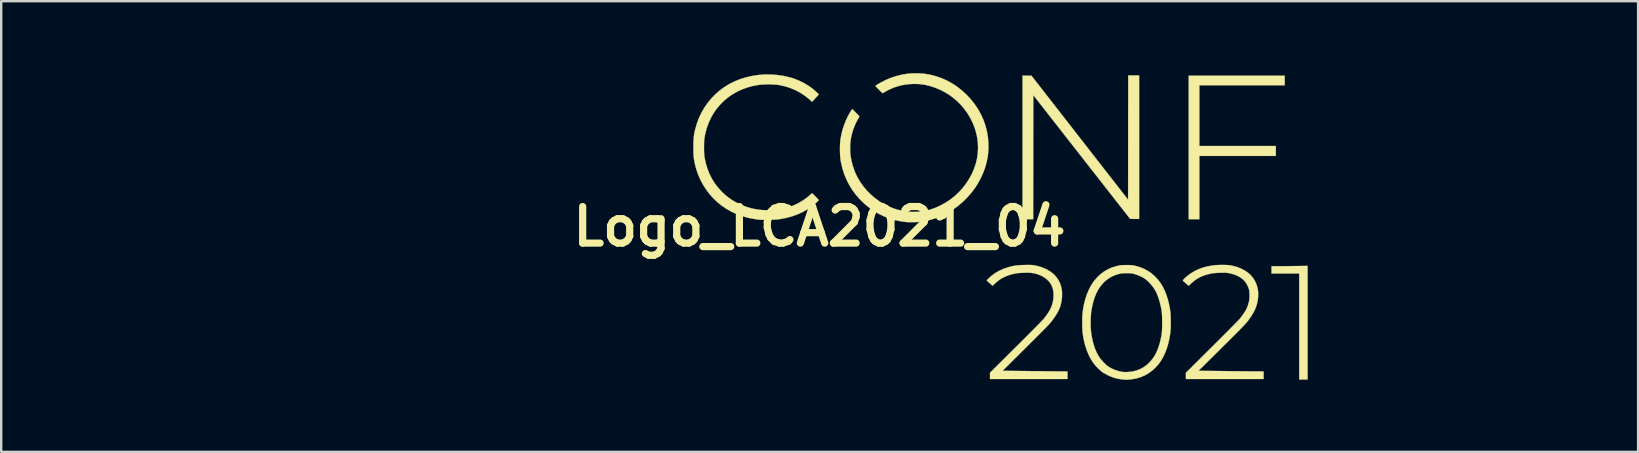
<source format=kicad_pcb>
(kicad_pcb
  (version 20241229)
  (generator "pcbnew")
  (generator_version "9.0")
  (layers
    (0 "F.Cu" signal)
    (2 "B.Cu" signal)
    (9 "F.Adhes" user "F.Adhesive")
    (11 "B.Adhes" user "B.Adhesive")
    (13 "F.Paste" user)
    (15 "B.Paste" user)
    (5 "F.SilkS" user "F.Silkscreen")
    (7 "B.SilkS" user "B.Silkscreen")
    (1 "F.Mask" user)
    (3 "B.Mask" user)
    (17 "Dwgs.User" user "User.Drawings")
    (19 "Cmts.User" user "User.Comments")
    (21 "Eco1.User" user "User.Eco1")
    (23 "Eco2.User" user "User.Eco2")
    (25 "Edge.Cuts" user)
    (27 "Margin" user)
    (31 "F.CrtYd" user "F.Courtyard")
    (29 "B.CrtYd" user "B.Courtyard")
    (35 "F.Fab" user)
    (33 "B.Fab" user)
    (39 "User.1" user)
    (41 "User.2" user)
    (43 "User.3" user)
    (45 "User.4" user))
  (footprint "Logo_LCA2021_04"
    (layer "F.Cu")
    (at 31.101 6.391)
    (property "Reference" "Logo_LCA2021_04" (at 0 0 0) (layer "F.SilkS") (effects (font (size 1.524 1.524) (thickness 0.3))))
    (attr through_hole)
    (fp_poly (pts (xy -25.654 -0.318) (xy -26.099 -0.318) (xy -26.099 -6.3) (xy -25.654 -6.3) (xy -25.654 -0.318)) (stroke (width 0.01) (type solid)) (fill yes) (layer "F.Mask"))
    (fp_poly (pts (xy -5.05 6.374) (xy -5.41 6.374) (xy -5.41 1.641) (xy -5.05 1.641) (xy -5.05 6.374)) (stroke (width 0.01) (type solid)) (fill yes) (layer "F.Mask"))
    (fp_poly (pts (xy -30.652 -0.709) (xy -27.211 -0.709) (xy -27.211 -0.307) (xy -31.096 -0.307) (xy -31.096 -6.3) (xy -30.652 -6.3) (xy -30.652 -0.709)) (stroke (width 0.01) (type solid)) (fill yes) (layer "F.Mask"))
    (fp_poly (pts (xy -9 6.035) (xy -6.289 6.035) (xy -6.289 6.353) (xy -9.338 6.353) (xy -9.338 1.641) (xy -9 1.641) (xy -9 6.035)) (stroke (width 0.01) (type solid)) (fill yes) (layer "F.Mask"))
    (fp_poly (pts (xy -14.501 1.646) (xy -12.912 3.675) (xy -11.324 5.703) (xy -11.321 3.672) (xy -11.318 1.641) (xy -10.969 1.641) (xy -10.969 6.374) (xy -11.264 6.374) (xy -14.458 2.286) (xy -14.463 6.374) (xy -14.812 6.374) (xy -14.812 1.641) (xy -14.501 1.646)) (stroke (width 0.01) (type solid)) (fill yes) (layer "F.Mask"))
    (fp_poly (pts (xy 0.069 5.709) (xy 0.074 1.641) (xy 0.413 1.641) (xy 0.413 6.374) (xy 0.109 6.374) (xy -1.478 4.333) (xy -3.065 2.293) (xy -3.068 4.333) (xy -3.07 6.374) (xy -3.43 6.374) (xy -3.43 1.641) (xy -3.117 1.641) (xy 0.069 5.709)) (stroke (width 0.01) (type solid)) (fill yes) (layer "F.Mask"))
    (fp_poly (pts (xy -18.709 -0.318) (xy -19.078 -0.318) (xy -23.129 -5.474) (xy -23.132 -2.89) (xy -23.134 -0.307) (xy -23.589 -0.307) (xy -23.589 -6.289) (xy -23.21 -6.289) (xy -21.179 -3.699) (xy -19.148 -1.108) (xy -19.145 -3.704) (xy -19.143 -6.3) (xy -18.709 -6.3) (xy -18.709 -0.318)) (stroke (width 0.01) (type solid)) (fill yes) (layer "F.Mask"))
    (fp_poly (pts (xy 5.209 1.948) (xy 2.403 1.948) (xy 2.403 3.79) (xy 4.902 3.79) (xy 4.902 4.108) (xy 2.403 4.108) (xy 2.403 6.021) (xy 3.317 6.028) (xy 3.47 6.029) (xy 3.63 6.03) (xy 3.793 6.031) (xy 3.955 6.032) (xy 4.115 6.033) (xy 4.268 6.034) (xy 4.413 6.034) (xy 4.545 6.035) (xy 4.662 6.035) (xy 4.762 6.035) (xy 4.767 6.035) (xy 5.304 6.035) (xy 5.304 6.353) (xy 2.043 6.353) (xy 2.043 1.641) (xy 5.209 1.641) (xy 5.209 1.948)) (stroke (width 0.01) (type solid)) (fill yes) (layer "F.Mask"))
    (fp_poly (pts (xy 26.769 -4.407) (xy 26.769 -4.169) (xy 26.77 -3.95) (xy 26.77 -3.751) (xy 26.77 -3.57) (xy 26.771 -3.406) (xy 26.771 -3.258) (xy 26.772 -3.125) (xy 26.773 -3.006) (xy 26.774 -2.9) (xy 26.775 -2.807) (xy 26.776 -2.724) (xy 26.778 -2.65) (xy 26.779 -2.586) (xy 26.782 -2.53) (xy 26.784 -2.481) (xy 26.787 -2.437) (xy 26.791 -2.398) (xy 26.794 -2.363) (xy 26.799 -2.331) (xy 26.803 -2.3) (xy 26.809 -2.271) (xy 26.814 -2.24) (xy 26.821 -2.209) (xy 26.828 -2.175) (xy 26.835 -2.139) (xy 26.875 -1.977) (xy 26.925 -1.821) (xy 26.984 -1.673) (xy 27.052 -1.537) (xy 27.127 -1.413) (xy 27.208 -1.304) (xy 27.293 -1.214) (xy 27.327 -1.185) (xy 27.492 -1.062) (xy 27.67 -0.955) (xy 27.857 -0.865) (xy 28.052 -0.793) (xy 28.253 -0.74) (xy 28.458 -0.705) (xy 28.665 -0.69) (xy 28.871 -0.694) (xy 28.927 -0.699) (xy 29.143 -0.732) (xy 29.352 -0.785) (xy 29.555 -0.857) (xy 29.75 -0.949) (xy 29.935 -1.059) (xy 30.068 -1.154) (xy 30.178 -1.252) (xy 30.277 -1.369) (xy 30.366 -1.502) (xy 30.443 -1.653) (xy 30.509 -1.82) (xy 30.564 -2.004) (xy 30.607 -2.203) (xy 30.638 -2.417) (xy 30.651 -2.551) (xy 30.653 -2.583) (xy 30.654 -2.635) (xy 30.655 -2.708) (xy 30.657 -2.802) (xy 30.658 -2.915) (xy 30.659 -3.047) (xy 30.66 -3.199) (xy 30.66 -3.369) (xy 30.661 -3.558) (xy 30.661 -3.765) (xy 30.662 -3.989) (xy 30.662 -4.231) (xy 30.662 -4.491) (xy 30.662 -6.3) (xy 31.107 -6.3) (xy 31.107 -4.464) (xy 31.107 -4.224) (xy 31.107 -4.004) (xy 31.107 -3.803) (xy 31.106 -3.62) (xy 31.106 -3.454) (xy 31.106 -3.304) (xy 31.105 -3.169) (xy 31.104 -3.048) (xy 31.104 -2.94) (xy 31.102 -2.843) (xy 31.101 -2.758) (xy 31.1 -2.682) (xy 31.098 -2.615) (xy 31.096 -2.556) (xy 31.093 -2.503) (xy 31.091 -2.456) (xy 31.088 -2.414) (xy 31.084 -2.375) (xy 31.08 -2.338) (xy 31.076 -2.304) (xy 31.071 -2.269) (xy 31.066 -2.234) (xy 31.063 -2.213) (xy 31.025 -2.011) (xy 30.975 -1.816) (xy 30.912 -1.631) (xy 30.838 -1.457) (xy 30.754 -1.295) (xy 30.66 -1.148) (xy 30.558 -1.017) (xy 30.447 -0.903) (xy 30.39 -0.855) (xy 30.212 -0.724) (xy 30.019 -0.607) (xy 29.816 -0.506) (xy 29.604 -0.422) (xy 29.388 -0.355) (xy 29.17 -0.308) (xy 29.167 -0.308) (xy 28.94 -0.279) (xy 28.717 -0.268) (xy 28.503 -0.276) (xy 28.268 -0.305) (xy 28.037 -0.353) (xy 27.812 -0.421) (xy 27.594 -0.508) (xy 27.385 -0.613) (xy 27.186 -0.735) (xy 27.039 -0.842) (xy 26.946 -0.926) (xy 26.854 -1.028) (xy 26.766 -1.145) (xy 26.683 -1.275) (xy 26.607 -1.414) (xy 26.54 -1.56) (xy 26.491 -1.689) (xy 26.451 -1.815) (xy 26.414 -1.954) (xy 26.384 -2.094) (xy 26.369 -2.173) (xy 26.363 -2.208) (xy 26.358 -2.242) (xy 26.353 -2.274) (xy 26.349 -2.307) (xy 26.345 -2.342) (xy 26.341 -2.379) (xy 26.338 -2.42) (xy 26.335 -2.465) (xy 26.333 -2.515) (xy 26.331 -2.573) (xy 26.329 -2.638) (xy 26.327 -2.711) (xy 26.326 -2.794) (xy 26.325 -2.888) (xy 26.324 -2.993) (xy 26.323 -3.112) (xy 26.323 -3.244) (xy 26.322 -3.39) (xy 26.322 -3.553) (xy 26.322 -3.732) (xy 26.321 -3.93) (xy 26.321 -4.146) (xy 26.321 -4.382) (xy 26.321 -4.444) (xy 26.321 -6.3) (xy 26.765 -6.3) (xy 26.769 -4.407)) (stroke (width 0.01) (type solid)) (fill yes) (layer "F.Mask"))
    (fp_poly (pts (xy -18.353 1.616) (xy -18.279 1.618) (xy -18.217 1.62) (xy -18.161 1.624) (xy -18.108 1.63) (xy -18.052 1.638) (xy -18.047 1.639) (xy -17.814 1.685) (xy -17.593 1.748) (xy -17.383 1.828) (xy -17.186 1.924) (xy -17.002 2.036) (xy -16.832 2.164) (xy -16.675 2.308) (xy -16.532 2.467) (xy -16.404 2.641) (xy -16.291 2.83) (xy -16.247 2.917) (xy -16.163 3.107) (xy -16.097 3.293) (xy -16.049 3.482) (xy -16.016 3.678) (xy -15.999 3.866) (xy -15.996 4.09) (xy -16.012 4.309) (xy -16.046 4.524) (xy -16.098 4.733) (xy -16.168 4.934) (xy -16.255 5.127) (xy -16.358 5.309) (xy -16.477 5.479) (xy -16.611 5.635) (xy -16.687 5.712) (xy -16.851 5.853) (xy -17.03 5.98) (xy -17.221 6.09) (xy -17.423 6.184) (xy -17.635 6.262) (xy -17.855 6.322) (xy -18.082 6.364) (xy -18.163 6.374) (xy -18.203 6.377) (xy -18.258 6.379) (xy -18.326 6.381) (xy -18.399 6.382) (xy -18.475 6.383) (xy -18.548 6.382) (xy -18.613 6.381) (xy -18.666 6.379) (xy -18.698 6.377) (xy -18.93 6.344) (xy -19.153 6.293) (xy -19.366 6.224) (xy -19.568 6.139) (xy -19.76 6.037) (xy -19.939 5.92) (xy -20.105 5.788) (xy -20.258 5.642) (xy -20.396 5.483) (xy -20.519 5.31) (xy -20.625 5.125) (xy -20.715 4.928) (xy -20.766 4.787) (xy -20.815 4.623) (xy -20.851 4.466) (xy -20.875 4.31) (xy -20.888 4.146) (xy -20.889 4.077) (xy -20.537 4.077) (xy -20.519 4.285) (xy -20.481 4.491) (xy -20.423 4.693) (xy -20.346 4.89) (xy -20.328 4.929) (xy -20.236 5.097) (xy -20.126 5.257) (xy -20 5.406) (xy -19.858 5.544) (xy -19.704 5.667) (xy -19.571 5.755) (xy -19.433 5.829) (xy -19.279 5.897) (xy -19.115 5.954) (xy -18.948 6) (xy -18.782 6.033) (xy -18.74 6.039) (xy -18.667 6.047) (xy -18.58 6.052) (xy -18.486 6.054) (xy -18.39 6.054) (xy -18.301 6.052) (xy -18.224 6.047) (xy -18.206 6.045) (xy -18.029 6.018) (xy -17.851 5.976) (xy -17.677 5.92) (xy -17.511 5.853) (xy -17.357 5.776) (xy -17.269 5.722) (xy -17.102 5.602) (xy -16.951 5.468) (xy -16.815 5.319) (xy -16.695 5.157) (xy -16.592 4.983) (xy -16.506 4.797) (xy -16.465 4.682) (xy -16.41 4.488) (xy -16.374 4.287) (xy -16.357 4.083) (xy -16.358 3.878) (xy -16.378 3.676) (xy -16.417 3.483) (xy -16.476 3.283) (xy -16.55 3.097) (xy -16.64 2.924) (xy -16.747 2.762) (xy -16.871 2.61) (xy -16.986 2.492) (xy -17.115 2.379) (xy -17.248 2.281) (xy -17.392 2.196) (xy -17.427 2.177) (xy -17.625 2.088) (xy -17.827 2.018) (xy -18.034 1.969) (xy -18.244 1.94) (xy -18.455 1.931) (xy -18.667 1.942) (xy -18.879 1.974) (xy -19.088 2.026) (xy -19.294 2.099) (xy -19.338 2.117) (xy -19.519 2.206) (xy -19.688 2.311) (xy -19.845 2.433) (xy -19.989 2.569) (xy -20.117 2.719) (xy -20.23 2.881) (xy -20.325 3.054) (xy -20.327 3.06) (xy -20.409 3.255) (xy -20.471 3.456) (xy -20.513 3.661) (xy -20.535 3.869) (xy -20.537 4.077) (xy -20.889 4.077) (xy -20.891 3.997) (xy -20.885 3.807) (xy -20.867 3.629) (xy -20.836 3.456) (xy -20.791 3.284) (xy -20.767 3.209) (xy -20.686 3) (xy -20.589 2.804) (xy -20.476 2.62) (xy -20.347 2.45) (xy -20.203 2.295) (xy -20.045 2.153) (xy -19.872 2.027) (xy -19.687 1.916) (xy -19.488 1.821) (xy -19.278 1.743) (xy -19.056 1.681) (xy -18.841 1.639) (xy -18.784 1.631) (xy -18.731 1.625) (xy -18.676 1.621) (xy -18.614 1.618) (xy -18.541 1.617) (xy -18.452 1.616) (xy -18.444 1.616) (xy -18.353 1.616)) (stroke (width 0.01) (type solid)) (fill yes) (layer "F.Mask"))
    (fp_poly (pts (xy -16.239 -4.407) (xy -16.238 -4.169) (xy -16.238 -3.95) (xy -16.238 -3.751) (xy -16.237 -3.57) (xy -16.237 -3.406) (xy -16.236 -3.258) (xy -16.236 -3.125) (xy -16.235 -3.006) (xy -16.234 -2.9) (xy -16.233 -2.806) (xy -16.231 -2.723) (xy -16.23 -2.65) (xy -16.228 -2.585) (xy -16.226 -2.529) (xy -16.223 -2.48) (xy -16.22 -2.436) (xy -16.217 -2.397) (xy -16.213 -2.362) (xy -16.209 -2.33) (xy -16.204 -2.3) (xy -16.199 -2.27) (xy -16.193 -2.24) (xy -16.186 -2.209) (xy -16.179 -2.175) (xy -16.172 -2.139) (xy -16.124 -1.944) (xy -16.062 -1.763) (xy -15.988 -1.596) (xy -15.902 -1.444) (xy -15.803 -1.308) (xy -15.694 -1.189) (xy -15.635 -1.137) (xy -15.472 -1.013) (xy -15.299 -0.909) (xy -15.118 -0.823) (xy -14.928 -0.757) (xy -14.769 -0.718) (xy -14.735 -0.711) (xy -14.704 -0.706) (xy -14.672 -0.702) (xy -14.638 -0.699) (xy -14.597 -0.697) (xy -14.548 -0.695) (xy -14.487 -0.694) (xy -14.411 -0.694) (xy -14.318 -0.694) (xy -14.283 -0.694) (xy -14.184 -0.694) (xy -14.103 -0.694) (xy -14.038 -0.695) (xy -13.985 -0.696) (xy -13.943 -0.698) (xy -13.908 -0.701) (xy -13.877 -0.705) (xy -13.848 -0.71) (xy -13.818 -0.716) (xy -13.807 -0.718) (xy -13.629 -0.766) (xy -13.455 -0.829) (xy -13.288 -0.906) (xy -13.135 -0.995) (xy -13.076 -1.035) (xy -12.941 -1.142) (xy -12.821 -1.262) (xy -12.714 -1.397) (xy -12.621 -1.545) (xy -12.542 -1.708) (xy -12.476 -1.886) (xy -12.422 -2.079) (xy -12.382 -2.289) (xy -12.354 -2.515) (xy -12.346 -2.631) (xy -12.344 -2.664) (xy -12.343 -2.718) (xy -12.342 -2.791) (xy -12.34 -2.883) (xy -12.339 -2.993) (xy -12.338 -3.12) (xy -12.338 -3.264) (xy -12.337 -3.423) (xy -12.336 -3.597) (xy -12.336 -3.785) (xy -12.335 -3.986) (xy -12.335 -4.199) (xy -12.335 -4.424) (xy -12.335 -4.55) (xy -12.335 -6.3) (xy -11.889 -6.3) (xy -11.893 -4.402) (xy -11.894 -4.163) (xy -11.894 -3.945) (xy -11.895 -3.745) (xy -11.895 -3.564) (xy -11.895 -3.4) (xy -11.896 -3.251) (xy -11.897 -3.118) (xy -11.897 -2.999) (xy -11.898 -2.893) (xy -11.899 -2.799) (xy -11.901 -2.716) (xy -11.902 -2.642) (xy -11.904 -2.578) (xy -11.906 -2.521) (xy -11.908 -2.471) (xy -11.911 -2.428) (xy -11.914 -2.388) (xy -11.917 -2.353) (xy -11.921 -2.32) (xy -11.925 -2.29) (xy -11.929 -2.259) (xy -11.934 -2.229) (xy -11.94 -2.197) (xy -11.946 -2.163) (xy -11.948 -2.149) (xy -11.994 -1.932) (xy -12.054 -1.729) (xy -12.129 -1.534) (xy -12.188 -1.408) (xy -12.253 -1.288) (xy -12.317 -1.183) (xy -12.386 -1.088) (xy -12.463 -0.996) (xy -12.531 -0.926) (xy -12.686 -0.784) (xy -12.856 -0.658) (xy -13.038 -0.548) (xy -13.231 -0.454) (xy -13.433 -0.378) (xy -13.644 -0.32) (xy -13.796 -0.291) (xy -13.84 -0.286) (xy -13.901 -0.281) (xy -13.976 -0.277) (xy -14.061 -0.274) (xy -14.154 -0.271) (xy -14.25 -0.269) (xy -14.346 -0.268) (xy -14.438 -0.268) (xy -14.522 -0.269) (xy -14.596 -0.271) (xy -14.655 -0.274) (xy -14.685 -0.276) (xy -14.885 -0.308) (xy -15.086 -0.358) (xy -15.283 -0.424) (xy -15.471 -0.506) (xy -15.618 -0.585) (xy -15.784 -0.692) (xy -15.935 -0.809) (xy -16.07 -0.938) (xy -16.192 -1.078) (xy -16.299 -1.231) (xy -16.393 -1.397) (xy -16.474 -1.578) (xy -16.542 -1.774) (xy -16.599 -1.987) (xy -16.645 -2.216) (xy -16.661 -2.324) (xy -16.664 -2.341) (xy -16.666 -2.36) (xy -16.668 -2.382) (xy -16.669 -2.407) (xy -16.671 -2.438) (xy -16.672 -2.474) (xy -16.674 -2.517) (xy -16.675 -2.567) (xy -16.676 -2.626) (xy -16.677 -2.695) (xy -16.678 -2.774) (xy -16.679 -2.865) (xy -16.679 -2.968) (xy -16.68 -3.084) (xy -16.68 -3.215) (xy -16.681 -3.361) (xy -16.681 -3.524) (xy -16.682 -3.704) (xy -16.682 -3.902) (xy -16.683 -4.119) (xy -16.683 -4.356) (xy -16.683 -4.375) (xy -16.687 -6.3) (xy -16.242 -6.3) (xy -16.239 -4.407)) (stroke (width 0.01) (type solid)) (fill yes) (layer "F.Mask"))
    (fp_poly (pts (xy 22.582 -6.267) (xy 22.622 -6.267) (xy 22.65 -6.265) (xy 22.667 -6.262) (xy 22.677 -6.257) (xy 22.683 -6.251) (xy 22.687 -6.244) (xy 22.7 -6.215) (xy 22.722 -6.169) (xy 22.751 -6.106) (xy 22.787 -6.027) (xy 22.83 -5.934) (xy 22.88 -5.827) (xy 22.935 -5.707) (xy 22.996 -5.574) (xy 23.062 -5.431) (xy 23.133 -5.278) (xy 23.208 -5.115) (xy 23.287 -4.943) (xy 23.37 -4.764) (xy 23.455 -4.579) (xy 23.544 -4.388) (xy 23.634 -4.191) (xy 23.726 -3.991) (xy 23.82 -3.788) (xy 23.915 -3.582) (xy 24.01 -3.376) (xy 24.105 -3.168) (xy 24.201 -2.962) (xy 24.295 -2.756) (xy 24.389 -2.554) (xy 24.481 -2.354) (xy 24.571 -2.158) (xy 24.659 -1.967) (xy 24.744 -1.783) (xy 24.826 -1.605) (xy 24.904 -1.434) (xy 24.979 -1.272) (xy 25.049 -1.12) (xy 25.114 -0.978) (xy 25.174 -0.847) (xy 25.229 -0.729) (xy 25.277 -0.623) (xy 25.319 -0.532) (xy 25.354 -0.455) (xy 25.382 -0.394) (xy 25.403 -0.35) (xy 25.415 -0.323) (xy 25.418 -0.315) (xy 25.419 -0.309) (xy 25.415 -0.304) (xy 25.404 -0.301) (xy 25.384 -0.299) (xy 25.352 -0.298) (xy 25.306 -0.298) (xy 25.243 -0.298) (xy 25.182 -0.299) (xy 24.94 -0.302) (xy 24.177 -1.979) (xy 20.719 -1.975) (xy 20.342 -1.136) (xy 19.964 -0.296) (xy 19.722 -0.296) (xy 19.637 -0.297) (xy 19.57 -0.298) (xy 19.521 -0.3) (xy 19.492 -0.303) (xy 19.483 -0.307) (xy 19.488 -0.317) (xy 19.501 -0.346) (xy 19.522 -0.393) (xy 19.552 -0.456) (xy 19.588 -0.536) (xy 19.632 -0.632) (xy 19.683 -0.742) (xy 19.74 -0.866) (xy 19.804 -1.004) (xy 19.873 -1.154) (xy 19.948 -1.317) (xy 20.027 -1.49) (xy 20.112 -1.674) (xy 20.201 -1.867) (xy 20.294 -2.07) (xy 20.391 -2.28) (xy 20.434 -2.373) (xy 20.906 -2.373) (xy 20.916 -2.373) (xy 20.947 -2.372) (xy 20.997 -2.372) (xy 21.064 -2.371) (xy 21.148 -2.37) (xy 21.246 -2.369) (xy 21.359 -2.368) (xy 21.485 -2.368) (xy 21.622 -2.367) (xy 21.77 -2.366) (xy 21.927 -2.365) (xy 22.092 -2.364) (xy 22.264 -2.363) (xy 22.416 -2.362) (xy 22.594 -2.361) (xy 22.766 -2.36) (xy 22.932 -2.359) (xy 23.089 -2.358) (xy 23.238 -2.357) (xy 23.376 -2.357) (xy 23.503 -2.356) (xy 23.617 -2.355) (xy 23.717 -2.354) (xy 23.802 -2.354) (xy 23.87 -2.353) (xy 23.921 -2.353) (xy 23.953 -2.352) (xy 23.963 -2.352) (xy 23.991 -2.353) (xy 24.001 -2.361) (xy 24.001 -2.365) (xy 23.996 -2.376) (xy 23.983 -2.405) (xy 23.962 -2.452) (xy 23.934 -2.515) (xy 23.899 -2.593) (xy 23.857 -2.686) (xy 23.809 -2.792) (xy 23.756 -2.911) (xy 23.697 -3.041) (xy 23.633 -3.181) (xy 23.566 -3.331) (xy 23.494 -3.489) (xy 23.419 -3.655) (xy 23.341 -3.828) (xy 23.26 -4.005) (xy 23.224 -4.085) (xy 23.122 -4.311) (xy 23.026 -4.522) (xy 22.937 -4.718) (xy 22.854 -4.899) (xy 22.779 -5.064) (xy 22.711 -5.212) (xy 22.65 -5.345) (xy 22.597 -5.46) (xy 22.551 -5.558) (xy 22.513 -5.639) (xy 22.483 -5.701) (xy 22.461 -5.746) (xy 22.448 -5.771) (xy 22.443 -5.778) (xy 22.437 -5.767) (xy 22.423 -5.737) (xy 22.402 -5.69) (xy 22.373 -5.628) (xy 22.338 -5.552) (xy 22.297 -5.462) (xy 22.251 -5.36) (xy 22.2 -5.247) (xy 22.145 -5.125) (xy 22.085 -4.994) (xy 22.023 -4.856) (xy 21.958 -4.712) (xy 21.89 -4.563) (xy 21.821 -4.41) (xy 21.751 -4.255) (xy 21.68 -4.098) (xy 21.609 -3.941) (xy 21.539 -3.785) (xy 21.47 -3.631) (xy 21.402 -3.481) (xy 21.336 -3.335) (xy 21.273 -3.196) (xy 21.214 -3.063) (xy 21.157 -2.938) (xy 21.106 -2.822) (xy 21.058 -2.717) (xy 21.017 -2.624) (xy 20.981 -2.544) (xy 20.951 -2.477) (xy 20.929 -2.426) (xy 20.913 -2.392) (xy 20.906 -2.375) (xy 20.906 -2.373) (xy 20.434 -2.373) (xy 20.492 -2.498) (xy 20.595 -2.723) (xy 20.702 -2.954) (xy 20.81 -3.19) (xy 20.858 -3.293) (xy 22.229 -6.268) (xy 22.452 -6.268) (xy 22.526 -6.268) (xy 22.582 -6.267)) (stroke (width 0.01) (type solid)) (fill yes) (layer "F.Mask"))
    (fp_poly (pts (xy -9.201 -5.024) (xy -9.093 -4.878) (xy -8.989 -4.736) (xy -8.888 -4.601) (xy -8.792 -4.472) (xy -8.702 -4.35) (xy -8.617 -4.236) (xy -8.54 -4.132) (xy -8.47 -4.039) (xy -8.409 -3.956) (xy -8.356 -3.886) (xy -8.313 -3.828) (xy -8.281 -3.785) (xy -8.26 -3.757) (xy -8.25 -3.744) (xy -8.249 -3.744) (xy -8.242 -3.752) (xy -8.224 -3.776) (xy -8.193 -3.815) (xy -8.153 -3.868) (xy -8.103 -3.935) (xy -8.043 -4.014) (xy -7.975 -4.105) (xy -7.9 -4.206) (xy -7.817 -4.317) (xy -7.728 -4.436) (xy -7.633 -4.563) (xy -7.533 -4.697) (xy -7.43 -4.837) (xy -7.322 -4.983) (xy -7.295 -5.019) (xy -6.347 -6.299) (xy -6.1 -6.299) (xy -6.019 -6.299) (xy -5.957 -6.299) (xy -5.912 -6.297) (xy -5.881 -6.295) (xy -5.864 -6.292) (xy -5.857 -6.288) (xy -5.857 -6.286) (xy -5.863 -6.276) (xy -5.882 -6.25) (xy -5.912 -6.209) (xy -5.952 -6.154) (xy -6.003 -6.085) (xy -6.062 -6.003) (xy -6.131 -5.91) (xy -6.207 -5.806) (xy -6.291 -5.692) (xy -6.382 -5.569) (xy -6.478 -5.438) (xy -6.58 -5.299) (xy -6.687 -5.155) (xy -6.798 -5.005) (xy -6.912 -4.85) (xy -6.917 -4.844) (xy -7.031 -4.689) (xy -7.142 -4.539) (xy -7.249 -4.394) (xy -7.351 -4.255) (xy -7.447 -4.124) (xy -7.538 -4.001) (xy -7.622 -3.887) (xy -7.698 -3.783) (xy -7.767 -3.689) (xy -7.826 -3.607) (xy -7.877 -3.538) (xy -7.917 -3.482) (xy -7.947 -3.441) (xy -7.966 -3.414) (xy -7.972 -3.404) (xy -7.972 -3.404) (xy -7.966 -3.394) (xy -7.948 -3.369) (xy -7.918 -3.328) (xy -7.877 -3.273) (xy -7.827 -3.204) (xy -7.767 -3.122) (xy -7.698 -3.029) (xy -7.621 -2.924) (xy -7.536 -2.81) (xy -7.444 -2.686) (xy -7.346 -2.553) (xy -7.242 -2.413) (xy -7.133 -2.266) (xy -7.02 -2.114) (xy -6.903 -1.956) (xy -6.828 -1.856) (xy -6.709 -1.695) (xy -6.593 -1.539) (xy -6.482 -1.389) (xy -6.375 -1.245) (xy -6.273 -1.108) (xy -6.178 -0.979) (xy -6.088 -0.859) (xy -6.007 -0.748) (xy -5.932 -0.648) (xy -5.867 -0.559) (xy -5.81 -0.483) (xy -5.764 -0.42) (xy -5.727 -0.37) (xy -5.702 -0.335) (xy -5.688 -0.316) (xy -5.686 -0.313) (xy -5.696 -0.311) (xy -5.724 -0.31) (xy -5.768 -0.309) (xy -5.825 -0.308) (xy -5.891 -0.307) (xy -5.948 -0.307) (xy -6.21 -0.307) (xy -7.231 -1.683) (xy -7.344 -1.835) (xy -7.453 -1.982) (xy -7.558 -2.123) (xy -7.659 -2.258) (xy -7.754 -2.386) (xy -7.843 -2.505) (xy -7.925 -2.615) (xy -8 -2.715) (xy -8.067 -2.804) (xy -8.125 -2.881) (xy -8.173 -2.946) (xy -8.212 -2.997) (xy -8.24 -3.033) (xy -8.256 -3.054) (xy -8.26 -3.06) (xy -8.267 -3.051) (xy -8.286 -3.027) (xy -8.316 -2.987) (xy -8.357 -2.933) (xy -8.408 -2.866) (xy -8.468 -2.786) (xy -8.536 -2.694) (xy -8.613 -2.592) (xy -8.696 -2.479) (xy -8.786 -2.358) (xy -8.883 -2.229) (xy -8.984 -2.092) (xy -9.09 -1.95) (xy -9.2 -1.801) (xy -9.287 -1.683) (xy -10.307 -0.307) (xy -10.57 -0.307) (xy -10.642 -0.307) (xy -10.706 -0.308) (xy -10.76 -0.31) (xy -10.8 -0.312) (xy -10.824 -0.314) (xy -10.829 -0.316) (xy -10.823 -0.325) (xy -10.804 -0.351) (xy -10.774 -0.391) (xy -10.733 -0.447) (xy -10.683 -0.515) (xy -10.622 -0.597) (xy -10.553 -0.69) (xy -10.475 -0.794) (xy -10.39 -0.909) (xy -10.298 -1.032) (xy -10.2 -1.164) (xy -10.096 -1.304) (xy -9.987 -1.451) (xy -9.873 -1.603) (xy -9.756 -1.761) (xy -9.682 -1.859) (xy -9.563 -2.019) (xy -9.447 -2.174) (xy -9.336 -2.325) (xy -9.229 -2.469) (xy -9.127 -2.605) (xy -9.031 -2.734) (xy -8.942 -2.854) (xy -8.86 -2.965) (xy -8.787 -3.065) (xy -8.721 -3.153) (xy -8.665 -3.23) (xy -8.618 -3.293) (xy -8.582 -3.343) (xy -8.557 -3.377) (xy -8.544 -3.396) (xy -8.541 -3.4) (xy -8.548 -3.409) (xy -8.566 -3.435) (xy -8.596 -3.475) (xy -8.636 -3.53) (xy -8.686 -3.599) (xy -8.746 -3.68) (xy -8.814 -3.773) (xy -8.89 -3.876) (xy -8.974 -3.99) (xy -9.064 -4.113) (xy -9.16 -4.244) (xy -9.262 -4.382) (xy -9.368 -4.526) (xy -9.479 -4.676) (xy -9.593 -4.831) (xy -9.598 -4.838) (xy -9.712 -4.993) (xy -9.823 -5.143) (xy -9.93 -5.288) (xy -10.032 -5.427) (xy -10.128 -5.559) (xy -10.219 -5.682) (xy -10.303 -5.797) (xy -10.38 -5.902) (xy -10.449 -5.996) (xy -10.509 -6.078) (xy -10.56 -6.148) (xy -10.601 -6.204) (xy -10.631 -6.246) (xy -10.651 -6.273) (xy -10.658 -6.284) (xy -10.658 -6.284) (xy -10.658 -6.289) (xy -10.651 -6.293) (xy -10.636 -6.295) (xy -10.61 -6.297) (xy -10.571 -6.299) (xy -10.516 -6.299) (xy -10.444 -6.3) (xy -10.405 -6.3) (xy -10.147 -6.3) (xy -9.201 -5.024)) (stroke (width 0.01) (type solid)) (fill yes) (layer "F.Mask"))
    (fp_poly (pts (xy 19.386 -5.887) (xy 15.829 -5.887) (xy 15.829 -3.356) (xy 19.016 -3.356) (xy 19.016 -2.943) (xy 15.829 -2.943) (xy 15.829 -0.307) (xy 15.384 -0.307) (xy 15.384 -6.289) (xy 19.386 -6.289) (xy 19.386 -5.887)) (stroke (width 0.01) (type solid)) (fill yes) (layer "F.SilkS"))
    (fp_poly (pts (xy 20.339 6.374) (xy 19.99 6.374) (xy 19.99 1.959) (xy 18.836 1.959) (xy 18.836 1.652) (xy 19.125 1.652) (xy 19.202 1.652) (xy 19.296 1.651) (xy 19.402 1.65) (xy 19.516 1.649) (xy 19.634 1.648) (xy 19.751 1.646) (xy 19.863 1.645) (xy 19.877 1.645) (xy 20.339 1.638) (xy 20.339 6.374)) (stroke (width 0.01) (type solid)) (fill yes) (layer "F.SilkS"))
    (fp_poly (pts (xy 13.319 -0.318) (xy 13.131 -0.318) (xy 12.944 -0.319) (xy 10.927 -2.897) (xy 8.91 -5.475) (xy 8.907 -2.891) (xy 8.904 -0.307) (xy 8.46 -0.307) (xy 8.46 -6.29) (xy 8.647 -6.287) (xy 8.834 -6.284) (xy 10.846 -3.702) (xy 12.859 -1.119) (xy 12.861 -3.71) (xy 12.864 -6.3) (xy 13.319 -6.3) (xy 13.319 -0.318)) (stroke (width 0.01) (type solid)) (fill yes) (layer "F.SilkS"))
    (fp_poly (pts (xy 16.874 1.6) (xy 16.962 1.602) (xy 17.04 1.607) (xy 17.102 1.613) (xy 17.11 1.614) (xy 17.264 1.646) (xy 17.414 1.69) (xy 17.559 1.747) (xy 17.693 1.815) (xy 17.815 1.892) (xy 17.921 1.977) (xy 17.957 2.012) (xy 18.055 2.126) (xy 18.137 2.253) (xy 18.201 2.39) (xy 18.248 2.534) (xy 18.275 2.684) (xy 18.283 2.838) (xy 18.281 2.896) (xy 18.265 3.047) (xy 18.238 3.19) (xy 18.199 3.328) (xy 18.145 3.463) (xy 18.076 3.598) (xy 17.991 3.737) (xy 17.889 3.883) (xy 17.882 3.893) (xy 17.86 3.92) (xy 17.839 3.948) (xy 17.816 3.976) (xy 17.791 4.005) (xy 17.764 4.037) (xy 17.732 4.072) (xy 17.696 4.111) (xy 17.654 4.156) (xy 17.606 4.206) (xy 17.55 4.263) (xy 17.487 4.328) (xy 17.414 4.401) (xy 17.332 4.483) (xy 17.239 4.576) (xy 17.134 4.68) (xy 17.018 4.796) (xy 16.888 4.925) (xy 16.744 5.068) (xy 16.714 5.098) (xy 15.795 6.009) (xy 16.265 6.015) (xy 16.352 6.016) (xy 16.458 6.017) (xy 16.58 6.019) (xy 16.714 6.02) (xy 16.857 6.022) (xy 17.008 6.024) (xy 17.163 6.025) (xy 17.319 6.027) (xy 17.473 6.028) (xy 17.621 6.03) (xy 18.507 6.038) (xy 18.507 6.353) (xy 15.268 6.353) (xy 15.268 6.092) (xy 16.353 5.014) (xy 16.512 4.856) (xy 16.661 4.707) (xy 16.8 4.568) (xy 16.929 4.44) (xy 17.047 4.322) (xy 17.152 4.215) (xy 17.246 4.12) (xy 17.328 4.037) (xy 17.396 3.967) (xy 17.451 3.909) (xy 17.492 3.866) (xy 17.518 3.837) (xy 17.525 3.829) (xy 17.582 3.755) (xy 17.639 3.676) (xy 17.694 3.596) (xy 17.742 3.52) (xy 17.78 3.454) (xy 17.793 3.43) (xy 17.821 3.365) (xy 17.85 3.287) (xy 17.876 3.204) (xy 17.896 3.123) (xy 17.905 3.081) (xy 17.913 3.018) (xy 17.917 2.944) (xy 17.919 2.865) (xy 17.917 2.787) (xy 17.913 2.715) (xy 17.905 2.656) (xy 17.9 2.631) (xy 17.87 2.54) (xy 17.827 2.445) (xy 17.775 2.355) (xy 17.726 2.286) (xy 17.649 2.205) (xy 17.554 2.132) (xy 17.444 2.068) (xy 17.322 2.014) (xy 17.191 1.97) (xy 17.053 1.94) (xy 16.961 1.927) (xy 16.907 1.924) (xy 16.837 1.923) (xy 16.756 1.924) (xy 16.669 1.926) (xy 16.581 1.93) (xy 16.498 1.936) (xy 16.424 1.942) (xy 16.365 1.95) (xy 16.353 1.952) (xy 16.176 1.991) (xy 16.016 2.04) (xy 15.87 2.101) (xy 15.735 2.175) (xy 15.609 2.264) (xy 15.489 2.369) (xy 15.489 2.369) (xy 15.384 2.469) (xy 15.277 2.376) (xy 15.236 2.34) (xy 15.2 2.308) (xy 15.172 2.284) (xy 15.155 2.27) (xy 15.154 2.269) (xy 15.145 2.256) (xy 15.147 2.238) (xy 15.161 2.214) (xy 15.19 2.182) (xy 15.233 2.141) (xy 15.273 2.104) (xy 15.427 1.981) (xy 15.593 1.875) (xy 15.771 1.786) (xy 15.962 1.714) (xy 16.165 1.659) (xy 16.381 1.621) (xy 16.428 1.615) (xy 16.501 1.608) (xy 16.588 1.603) (xy 16.681 1.6) (xy 16.778 1.599) (xy 16.874 1.6)) (stroke (width 0.01) (type solid)) (fill yes) (layer "F.SilkS"))
    (fp_poly (pts (xy 8.771 1.6) (xy 8.818 1.601) (xy 8.858 1.604) (xy 8.897 1.608) (xy 8.936 1.614) (xy 8.967 1.619) (xy 9.116 1.651) (xy 9.263 1.697) (xy 9.403 1.754) (xy 9.534 1.822) (xy 9.652 1.897) (xy 9.754 1.98) (xy 9.796 2.021) (xy 9.897 2.14) (xy 9.978 2.267) (xy 10.039 2.403) (xy 10.081 2.547) (xy 10.104 2.7) (xy 10.108 2.758) (xy 10.106 2.943) (xy 10.083 3.124) (xy 10.039 3.302) (xy 10 3.415) (xy 9.966 3.492) (xy 9.919 3.579) (xy 9.862 3.675) (xy 9.796 3.775) (xy 9.725 3.875) (xy 9.651 3.973) (xy 9.575 4.064) (xy 9.554 4.088) (xy 9.537 4.106) (xy 9.506 4.138) (xy 9.462 4.182) (xy 9.407 4.239) (xy 9.34 4.306) (xy 9.263 4.383) (xy 9.177 4.469) (xy 9.084 4.563) (xy 8.983 4.664) (xy 8.876 4.77) (xy 8.764 4.882) (xy 8.648 4.997) (xy 8.556 5.089) (xy 7.631 6.009) (xy 8.101 6.015) (xy 8.189 6.016) (xy 8.295 6.017) (xy 8.417 6.019) (xy 8.551 6.02) (xy 8.695 6.022) (xy 8.846 6.024) (xy 9 6.025) (xy 9.156 6.027) (xy 9.31 6.028) (xy 9.452 6.03) (xy 10.334 6.038) (xy 10.334 6.353) (xy 7.104 6.353) (xy 7.104 6.09) (xy 8.179 5.022) (xy 8.307 4.896) (xy 8.431 4.772) (xy 8.551 4.652) (xy 8.667 4.536) (xy 8.776 4.427) (xy 8.878 4.324) (xy 8.973 4.229) (xy 9.059 4.142) (xy 9.135 4.065) (xy 9.2 3.998) (xy 9.254 3.942) (xy 9.296 3.899) (xy 9.324 3.869) (xy 9.336 3.856) (xy 9.444 3.717) (xy 9.534 3.586) (xy 9.608 3.459) (xy 9.665 3.334) (xy 9.707 3.21) (xy 9.735 3.083) (xy 9.749 2.951) (xy 9.752 2.859) (xy 9.748 2.741) (xy 9.733 2.638) (xy 9.707 2.543) (xy 9.668 2.451) (xy 9.635 2.391) (xy 9.563 2.291) (xy 9.473 2.2) (xy 9.368 2.12) (xy 9.249 2.053) (xy 9.117 1.998) (xy 8.974 1.956) (xy 8.822 1.93) (xy 8.802 1.928) (xy 8.745 1.924) (xy 8.673 1.922) (xy 8.589 1.923) (xy 8.499 1.926) (xy 8.409 1.93) (xy 8.322 1.936) (xy 8.245 1.944) (xy 8.182 1.952) (xy 8.179 1.953) (xy 8.021 1.988) (xy 7.867 2.034) (xy 7.724 2.092) (xy 7.594 2.158) (xy 7.578 2.167) (xy 7.525 2.202) (xy 7.464 2.246) (xy 7.402 2.295) (xy 7.342 2.345) (xy 7.292 2.391) (xy 7.261 2.423) (xy 7.238 2.447) (xy 7.222 2.463) (xy 7.216 2.467) (xy 7.207 2.46) (xy 7.186 2.443) (xy 7.155 2.417) (xy 7.119 2.385) (xy 7.08 2.351) (xy 7.042 2.317) (xy 7.008 2.287) (xy 6.982 2.263) (xy 6.978 2.259) (xy 6.972 2.25) (xy 6.974 2.238) (xy 6.988 2.22) (xy 7.014 2.191) (xy 7.02 2.185) (xy 7.163 2.054) (xy 7.318 1.94) (xy 7.486 1.842) (xy 7.667 1.76) (xy 7.861 1.695) (xy 7.902 1.683) (xy 7.992 1.661) (xy 8.072 1.643) (xy 8.149 1.629) (xy 8.227 1.618) (xy 8.31 1.611) (xy 8.403 1.606) (xy 8.511 1.602) (xy 8.555 1.602) (xy 8.643 1.6) (xy 8.714 1.599) (xy 8.771 1.6)) (stroke (width 0.01) (type solid)) (fill yes) (layer "F.SilkS"))
    (fp_poly (pts (xy -2.02 -6.336) (xy -1.759 -6.316) (xy -1.499 -6.277) (xy -1.242 -6.218) (xy -1.149 -6.192) (xy -0.974 -6.131) (xy -0.798 -6.056) (xy -0.627 -5.967) (xy -0.462 -5.868) (xy -0.308 -5.76) (xy -0.169 -5.645) (xy -0.08 -5.56) (xy -0.028 -5.507) (xy -0.069 -5.461) (xy -0.092 -5.436) (xy -0.125 -5.4) (xy -0.164 -5.357) (xy -0.205 -5.313) (xy -0.209 -5.308) (xy -0.309 -5.2) (xy -0.406 -5.286) (xy -0.589 -5.434) (xy -0.781 -5.563) (xy -0.982 -5.673) (xy -1.192 -5.764) (xy -1.411 -5.836) (xy -1.64 -5.889) (xy -1.736 -5.905) (xy -1.8 -5.912) (xy -1.88 -5.918) (xy -1.972 -5.921) (xy -2.072 -5.923) (xy -2.174 -5.923) (xy -2.275 -5.922) (xy -2.369 -5.918) (xy -2.452 -5.913) (xy -2.52 -5.906) (xy -2.526 -5.905) (xy -2.768 -5.861) (xy -3 -5.798) (xy -3.222 -5.718) (xy -3.432 -5.621) (xy -3.63 -5.508) (xy -3.815 -5.379) (xy -3.987 -5.235) (xy -4.145 -5.077) (xy -4.288 -4.906) (xy -4.416 -4.721) (xy -4.528 -4.524) (xy -4.624 -4.315) (xy -4.702 -4.095) (xy -4.763 -3.864) (xy -4.793 -3.704) (xy -4.801 -3.639) (xy -4.807 -3.557) (xy -4.811 -3.464) (xy -4.813 -3.364) (xy -4.813 -3.261) (xy -4.812 -3.16) (xy -4.808 -3.065) (xy -4.803 -2.981) (xy -4.795 -2.912) (xy -4.793 -2.896) (xy -4.743 -2.656) (xy -4.677 -2.428) (xy -4.594 -2.213) (xy -4.493 -2.01) (xy -4.375 -1.817) (xy -4.239 -1.636) (xy -4.098 -1.479) (xy -3.954 -1.34) (xy -3.807 -1.219) (xy -3.653 -1.111) (xy -3.487 -1.014) (xy -3.432 -0.986) (xy -3.233 -0.893) (xy -3.035 -0.818) (xy -2.836 -0.759) (xy -2.632 -0.717) (xy -2.42 -0.691) (xy -2.198 -0.68) (xy -2.022 -0.681) (xy -1.903 -0.686) (xy -1.799 -0.693) (xy -1.703 -0.704) (xy -1.609 -0.72) (xy -1.511 -0.74) (xy -1.446 -0.756) (xy -1.254 -0.814) (xy -1.064 -0.889) (xy -0.879 -0.978) (xy -0.704 -1.08) (xy -0.542 -1.194) (xy -0.395 -1.317) (xy -0.389 -1.323) (xy -0.357 -1.352) (xy -0.33 -1.374) (xy -0.313 -1.386) (xy -0.31 -1.387) (xy -0.299 -1.38) (xy -0.277 -1.36) (xy -0.246 -1.33) (xy -0.21 -1.294) (xy -0.171 -1.255) (xy -0.131 -1.214) (xy -0.095 -1.176) (xy -0.064 -1.143) (xy -0.043 -1.118) (xy -0.032 -1.104) (xy -0.032 -1.102) (xy -0.04 -1.089) (xy -0.061 -1.066) (xy -0.095 -1.034) (xy -0.136 -0.996) (xy -0.184 -0.954) (xy -0.235 -0.912) (xy -0.286 -0.87) (xy -0.328 -0.838) (xy -0.515 -0.71) (xy -0.714 -0.598) (xy -0.927 -0.503) (xy -1.153 -0.423) (xy -1.393 -0.359) (xy -1.647 -0.31) (xy -1.706 -0.301) (xy -1.747 -0.297) (xy -1.805 -0.293) (xy -1.876 -0.289) (xy -1.956 -0.286) (xy -2.042 -0.283) (xy -2.129 -0.28) (xy -2.215 -0.279) (xy -2.295 -0.278) (xy -2.365 -0.278) (xy -2.421 -0.279) (xy -2.461 -0.282) (xy -2.462 -0.282) (xy -2.659 -0.305) (xy -2.842 -0.336) (xy -3.015 -0.374) (xy -3.183 -0.422) (xy -3.351 -0.48) (xy -3.462 -0.523) (xy -3.681 -0.624) (xy -3.89 -0.743) (xy -4.087 -0.878) (xy -4.272 -1.03) (xy -4.444 -1.196) (xy -4.601 -1.375) (xy -4.744 -1.568) (xy -4.872 -1.773) (xy -4.983 -1.988) (xy -5.077 -2.213) (xy -5.153 -2.447) (xy -5.197 -2.626) (xy -5.213 -2.706) (xy -5.227 -2.778) (xy -5.237 -2.847) (xy -5.245 -2.916) (xy -5.25 -2.99) (xy -5.254 -3.071) (xy -5.255 -3.165) (xy -5.256 -3.275) (xy -5.256 -3.309) (xy -5.255 -3.431) (xy -5.253 -3.537) (xy -5.249 -3.63) (xy -5.242 -3.714) (xy -5.233 -3.793) (xy -5.22 -3.871) (xy -5.203 -3.953) (xy -5.183 -4.043) (xy -5.178 -4.061) (xy -5.109 -4.301) (xy -5.021 -4.531) (xy -4.916 -4.753) (xy -4.794 -4.963) (xy -4.655 -5.162) (xy -4.501 -5.348) (xy -4.332 -5.52) (xy -4.15 -5.678) (xy -3.954 -5.821) (xy -3.746 -5.947) (xy -3.533 -6.053) (xy -3.296 -6.148) (xy -3.051 -6.223) (xy -2.799 -6.28) (xy -2.542 -6.318) (xy -2.282 -6.337) (xy -2.02 -6.336)) (stroke (width 0.01) (type solid)) (fill yes) (layer "F.SilkS"))
    (fp_poly (pts (xy 4.102 -6.385) (xy 4.205 -6.381) (xy 4.299 -6.376) (xy 4.366 -6.369) (xy 4.61 -6.328) (xy 4.849 -6.267) (xy 5.082 -6.186) (xy 5.307 -6.086) (xy 5.525 -5.967) (xy 5.734 -5.829) (xy 5.933 -5.673) (xy 6.123 -5.499) (xy 6.302 -5.308) (xy 6.315 -5.293) (xy 6.472 -5.093) (xy 6.611 -4.885) (xy 6.731 -4.668) (xy 6.832 -4.444) (xy 6.913 -4.213) (xy 6.975 -3.977) (xy 7.017 -3.737) (xy 7.039 -3.493) (xy 7.04 -3.247) (xy 7.021 -2.999) (xy 7.002 -2.869) (xy 6.957 -2.652) (xy 6.893 -2.433) (xy 6.81 -2.215) (xy 6.712 -2.001) (xy 6.599 -1.794) (xy 6.472 -1.597) (xy 6.34 -1.422) (xy 6.16 -1.216) (xy 5.972 -1.029) (xy 5.775 -0.861) (xy 5.567 -0.711) (xy 5.35 -0.579) (xy 5.204 -0.503) (xy 4.985 -0.404) (xy 4.77 -0.325) (xy 4.554 -0.263) (xy 4.335 -0.219) (xy 4.163 -0.196) (xy 4.1 -0.19) (xy 4.024 -0.186) (xy 3.94 -0.184) (xy 3.854 -0.182) (xy 3.771 -0.182) (xy 3.697 -0.183) (xy 3.637 -0.187) (xy 3.626 -0.187) (xy 3.378 -0.22) (xy 3.134 -0.272) (xy 2.896 -0.344) (xy 2.666 -0.434) (xy 2.446 -0.542) (xy 2.236 -0.668) (xy 2.086 -0.774) (xy 1.882 -0.941) (xy 1.695 -1.119) (xy 1.527 -1.309) (xy 1.375 -1.511) (xy 1.242 -1.723) (xy 1.128 -1.946) (xy 1.031 -2.179) (xy 0.954 -2.422) (xy 0.895 -2.675) (xy 0.876 -2.779) (xy 0.867 -2.856) (xy 0.859 -2.95) (xy 0.854 -3.054) (xy 0.851 -3.165) (xy 0.851 -3.277) (xy 0.853 -3.386) (xy 0.858 -3.486) (xy 0.865 -3.575) (xy 0.872 -3.632) (xy 0.91 -3.836) (xy 0.957 -4.027) (xy 1.016 -4.211) (xy 1.088 -4.395) (xy 1.143 -4.517) (xy 1.176 -4.583) (xy 1.211 -4.651) (xy 1.247 -4.716) (xy 1.281 -4.776) (xy 1.312 -4.826) (xy 1.337 -4.862) (xy 1.343 -4.87) (xy 1.365 -4.897) (xy 1.513 -4.749) (xy 1.559 -4.703) (xy 1.599 -4.662) (xy 1.631 -4.629) (xy 1.653 -4.605) (xy 1.662 -4.593) (xy 1.662 -4.593) (xy 1.657 -4.581) (xy 1.644 -4.554) (xy 1.623 -4.518) (xy 1.599 -4.474) (xy 1.598 -4.473) (xy 1.494 -4.272) (xy 1.41 -4.062) (xy 1.345 -3.844) (xy 1.299 -3.617) (xy 1.291 -3.557) (xy 1.285 -3.495) (xy 1.281 -3.418) (xy 1.278 -3.331) (xy 1.278 -3.24) (xy 1.279 -3.151) (xy 1.283 -3.069) (xy 1.288 -3.001) (xy 1.291 -2.975) (xy 1.329 -2.757) (xy 1.385 -2.537) (xy 1.457 -2.325) (xy 1.488 -2.249) (xy 1.58 -2.054) (xy 1.692 -1.865) (xy 1.821 -1.682) (xy 1.966 -1.509) (xy 2.125 -1.347) (xy 2.296 -1.197) (xy 2.477 -1.062) (xy 2.667 -0.944) (xy 2.684 -0.935) (xy 2.869 -0.843) (xy 3.067 -0.763) (xy 3.271 -0.698) (xy 3.477 -0.65) (xy 3.559 -0.636) (xy 3.655 -0.624) (xy 3.763 -0.615) (xy 3.877 -0.611) (xy 3.987 -0.611) (xy 4.079 -0.615) (xy 4.27 -0.634) (xy 4.451 -0.665) (xy 4.626 -0.711) (xy 4.8 -0.772) (xy 4.979 -0.85) (xy 5.015 -0.867) (xy 5.236 -0.986) (xy 5.442 -1.121) (xy 5.635 -1.272) (xy 5.812 -1.438) (xy 5.976 -1.619) (xy 6.124 -1.816) (xy 6.232 -1.984) (xy 6.347 -2.194) (xy 6.44 -2.408) (xy 6.513 -2.625) (xy 6.565 -2.845) (xy 6.596 -3.066) (xy 6.606 -3.289) (xy 6.596 -3.514) (xy 6.564 -3.739) (xy 6.511 -3.964) (xy 6.475 -4.082) (xy 6.39 -4.304) (xy 6.287 -4.518) (xy 6.165 -4.72) (xy 6.026 -4.912) (xy 5.871 -5.091) (xy 5.7 -5.257) (xy 5.514 -5.409) (xy 5.389 -5.497) (xy 5.204 -5.61) (xy 5.008 -5.708) (xy 4.804 -5.792) (xy 4.597 -5.858) (xy 4.391 -5.906) (xy 4.357 -5.912) (xy 4.15 -5.938) (xy 3.94 -5.945) (xy 3.729 -5.935) (xy 3.521 -5.908) (xy 3.319 -5.863) (xy 3.126 -5.802) (xy 3.082 -5.785) (xy 2.929 -5.719) (xy 2.793 -5.65) (xy 2.714 -5.605) (xy 2.678 -5.584) (xy 2.649 -5.568) (xy 2.632 -5.559) (xy 2.629 -5.559) (xy 2.619 -5.566) (xy 2.597 -5.585) (xy 2.566 -5.615) (xy 2.529 -5.651) (xy 2.489 -5.691) (xy 2.447 -5.732) (xy 2.408 -5.772) (xy 2.374 -5.807) (xy 2.348 -5.835) (xy 2.332 -5.853) (xy 2.329 -5.858) (xy 2.338 -5.868) (xy 2.362 -5.886) (xy 2.4 -5.911) (xy 2.446 -5.94) (xy 2.5 -5.973) (xy 2.558 -6.006) (xy 2.57 -6.012) (xy 2.779 -6.117) (xy 2.999 -6.207) (xy 3.227 -6.28) (xy 3.457 -6.335) (xy 3.687 -6.371) (xy 3.711 -6.374) (xy 3.793 -6.38) (xy 3.89 -6.384) (xy 3.995 -6.386) (xy 4.102 -6.385)) (stroke (width 0.01) (type solid)) (fill yes) (layer "F.SilkS"))
    (fp_poly (pts (xy 12.871 1.605) (xy 12.934 1.606) (xy 12.985 1.609) (xy 13.028 1.612) (xy 13.067 1.617) (xy 13.107 1.624) (xy 13.129 1.629) (xy 13.319 1.68) (xy 13.497 1.748) (xy 13.663 1.834) (xy 13.817 1.937) (xy 13.96 2.058) (xy 14.091 2.197) (xy 14.21 2.353) (xy 14.233 2.388) (xy 14.322 2.538) (xy 14.401 2.707) (xy 14.471 2.892) (xy 14.531 3.091) (xy 14.58 3.303) (xy 14.617 3.527) (xy 14.618 3.531) (xy 14.625 3.601) (xy 14.631 3.687) (xy 14.635 3.786) (xy 14.637 3.893) (xy 14.637 4.003) (xy 14.636 4.113) (xy 14.634 4.219) (xy 14.629 4.315) (xy 14.623 4.397) (xy 14.618 4.442) (xy 14.582 4.66) (xy 14.535 4.869) (xy 14.476 5.068) (xy 14.407 5.253) (xy 14.327 5.425) (xy 14.238 5.58) (xy 14.141 5.718) (xy 14.137 5.723) (xy 14.006 5.871) (xy 13.866 6) (xy 13.717 6.11) (xy 13.559 6.201) (xy 13.391 6.274) (xy 13.213 6.327) (xy 13.026 6.362) (xy 12.923 6.373) (xy 12.87 6.377) (xy 12.823 6.381) (xy 12.786 6.383) (xy 12.766 6.383) (xy 12.765 6.383) (xy 12.744 6.381) (xy 12.709 6.379) (xy 12.665 6.375) (xy 12.645 6.373) (xy 12.486 6.352) (xy 12.327 6.316) (xy 12.172 6.265) (xy 12.026 6.202) (xy 11.918 6.143) (xy 11.883 6.122) (xy 11.854 6.107) (xy 11.836 6.099) (xy 11.834 6.099) (xy 11.821 6.092) (xy 11.797 6.076) (xy 11.775 6.059) (xy 11.634 5.937) (xy 11.512 5.811) (xy 11.405 5.677) (xy 11.311 5.532) (xy 11.228 5.374) (xy 11.143 5.174) (xy 11.071 4.96) (xy 11.015 4.735) (xy 10.974 4.503) (xy 10.959 4.374) (xy 10.955 4.32) (xy 10.952 4.249) (xy 10.95 4.166) (xy 10.948 4.074) (xy 10.948 4.05) (xy 11.298 4.05) (xy 11.3 4.16) (xy 11.305 4.259) (xy 11.307 4.289) (xy 11.332 4.502) (xy 11.368 4.705) (xy 11.417 4.898) (xy 11.477 5.078) (xy 11.547 5.243) (xy 11.627 5.392) (xy 11.658 5.441) (xy 11.702 5.502) (xy 11.759 5.571) (xy 11.823 5.642) (xy 11.888 5.709) (xy 11.952 5.769) (xy 12.006 5.813) (xy 12.09 5.868) (xy 12.189 5.921) (xy 12.296 5.968) (xy 12.406 6.006) (xy 12.512 6.034) (xy 12.568 6.045) (xy 12.61 6.051) (xy 12.648 6.057) (xy 12.672 6.061) (xy 12.674 6.061) (xy 12.709 6.064) (xy 12.76 6.064) (xy 12.821 6.062) (xy 12.887 6.057) (xy 12.954 6.051) (xy 13.015 6.044) (xy 13.062 6.036) (xy 13.226 5.992) (xy 13.378 5.931) (xy 13.52 5.851) (xy 13.652 5.753) (xy 13.774 5.636) (xy 13.885 5.501) (xy 13.93 5.437) (xy 13.998 5.322) (xy 14.062 5.19) (xy 14.12 5.041) (xy 14.171 4.879) (xy 14.215 4.706) (xy 14.251 4.524) (xy 14.258 4.479) (xy 14.265 4.422) (xy 14.271 4.347) (xy 14.275 4.26) (xy 14.277 4.162) (xy 14.279 4.059) (xy 14.279 3.954) (xy 14.278 3.85) (xy 14.275 3.752) (xy 14.271 3.664) (xy 14.266 3.588) (xy 14.26 3.53) (xy 14.259 3.528) (xy 14.234 3.383) (xy 14.201 3.236) (xy 14.162 3.092) (xy 14.119 2.955) (xy 14.073 2.832) (xy 14.039 2.756) (xy 13.974 2.635) (xy 13.894 2.515) (xy 13.801 2.399) (xy 13.701 2.293) (xy 13.597 2.203) (xy 13.584 2.193) (xy 13.475 2.122) (xy 13.351 2.059) (xy 13.215 2.006) (xy 13.071 1.964) (xy 13.039 1.957) (xy 12.991 1.95) (xy 12.927 1.945) (xy 12.853 1.943) (xy 12.774 1.943) (xy 12.696 1.945) (xy 12.623 1.949) (xy 12.562 1.956) (xy 12.529 1.962) (xy 12.361 2.008) (xy 12.205 2.072) (xy 12.06 2.154) (xy 11.927 2.254) (xy 11.806 2.37) (xy 11.697 2.502) (xy 11.602 2.651) (xy 11.519 2.815) (xy 11.461 2.965) (xy 11.427 3.072) (xy 11.395 3.192) (xy 11.365 3.318) (xy 11.341 3.441) (xy 11.328 3.515) (xy 11.318 3.602) (xy 11.309 3.704) (xy 11.303 3.816) (xy 11.299 3.934) (xy 11.298 4.05) (xy 10.948 4.05) (xy 10.948 3.98) (xy 10.949 3.886) (xy 10.95 3.798) (xy 10.953 3.72) (xy 10.956 3.656) (xy 10.959 3.63) (xy 10.986 3.419) (xy 11.026 3.214) (xy 11.078 3.015) (xy 11.141 2.827) (xy 11.214 2.649) (xy 11.297 2.486) (xy 11.388 2.339) (xy 11.449 2.257) (xy 11.576 2.11) (xy 11.711 1.983) (xy 11.855 1.875) (xy 12.01 1.784) (xy 12.176 1.71) (xy 12.355 1.653) (xy 12.454 1.629) (xy 12.494 1.62) (xy 12.533 1.614) (xy 12.573 1.61) (xy 12.62 1.607) (xy 12.677 1.606) (xy 12.749 1.605) (xy 12.79 1.605) (xy 12.871 1.605)) (stroke (width 0.01) (type solid)) (fill yes) (layer "F.SilkS")))
  (gr_rect
    (start -3 -3)
    (end 65.213 15.779)
    (stroke (width 0.1) (type default))
    (fill no)
    (layer "Edge.Cuts")))
</source>
